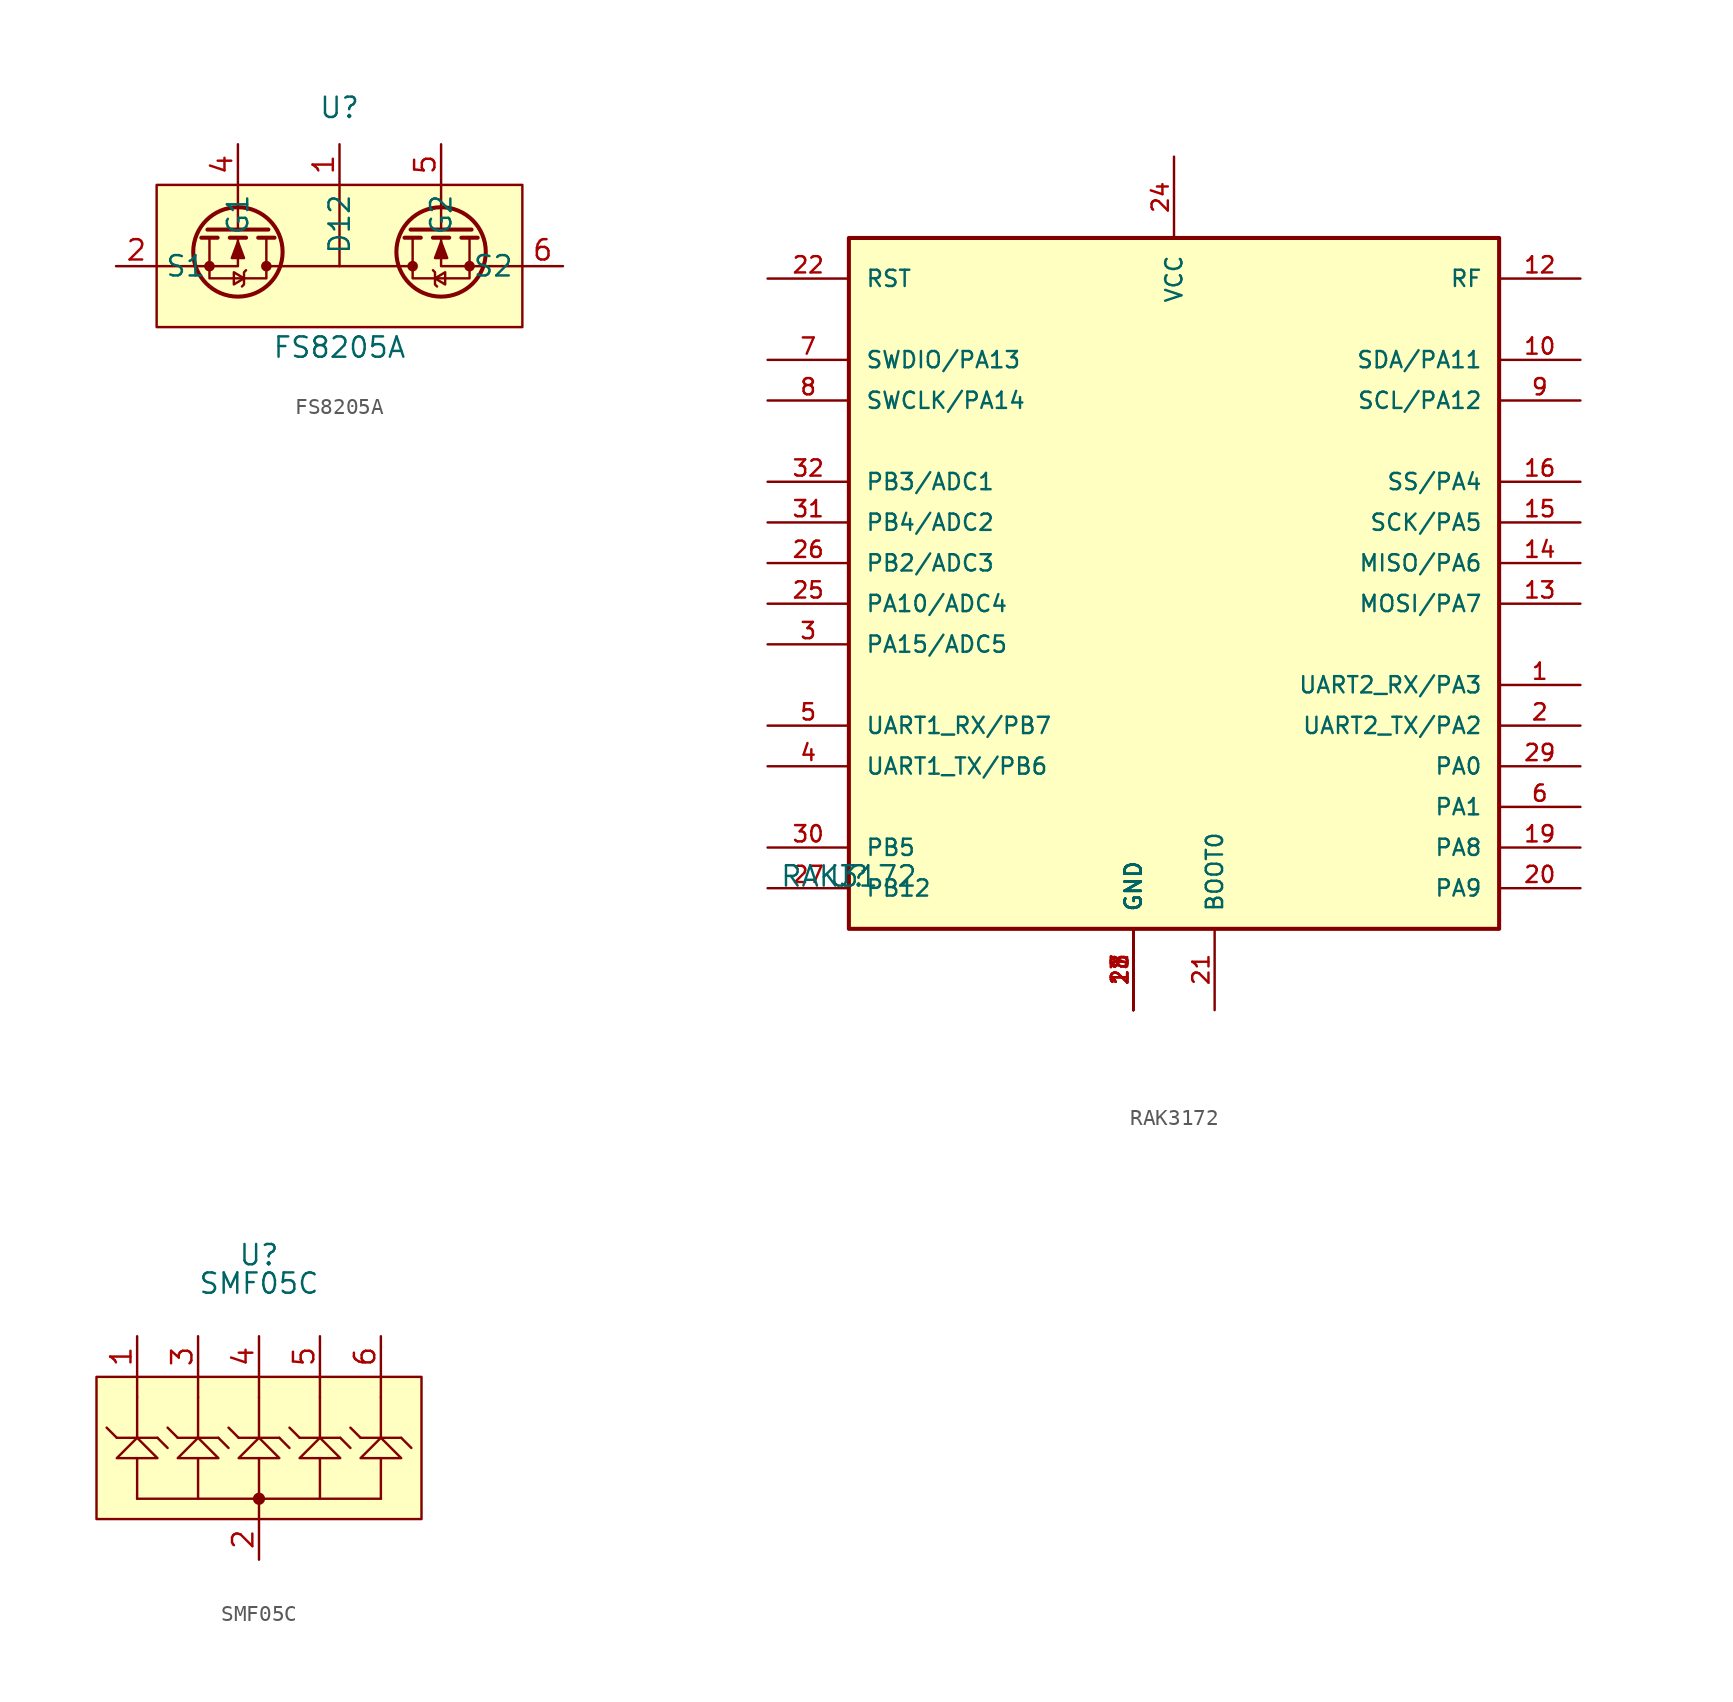
<source format=kicad_sym>
(kicad_symbol_lib
  (version 20231120)
  (generator "kicad_symbol_editor")
  (generator_version "8.0")
  (symbol "FS8205A"
    (property "Reference" "U"
      (at 0 9.906 0)
      (effects (font (size 1.27 1.27))))
    (property "Value" "FS8205A"
      (at 0 -5.08 0)
      (effects (font (size 1.27 1.27))))
    (symbol "FS8205A_0_1"
      (circle (center -8.128 0) (radius 0.254) (stroke (width 0) (type default)) (fill (type outline)))
      (circle (center -6.35 0.889) (radius 2.794) (stroke (width 0.254) (type default)) (fill (type none)))
      (circle (center -4.572 0) (radius 0.254) (stroke (width 0) (type default)) (fill (type outline)))
      (polyline (pts (xy -7.62 1.778) (xy -8.636 1.778)) (stroke (width 0.254) (type default)) (fill (type none)))
      (polyline (pts (xy -6.35 2.286) (xy -6.35 5.08)) (stroke (width 0) (type default)) (fill (type none)))
      (polyline (pts (xy -5.842 1.778) (xy -6.858 1.778)) (stroke (width 0.254) (type default)) (fill (type none)))
      (polyline (pts (xy -4.445 2.286) (xy -8.255 2.286)) (stroke (width 0.254) (type default)) (fill (type none)))
      (polyline (pts (xy -4.064 1.778) (xy -5.08 1.778)) (stroke (width 0.254) (type default)) (fill (type none)))
      (polyline (pts (xy -3.81 0) (xy -4.572 0)) (stroke (width 0) (type default)) (fill (type none)))
      (polyline (pts (xy 0 5.08) (xy 0 0)) (stroke (width 0) (type default)) (fill (type none)))
      (polyline (pts (xy 3.81 0) (xy -3.81 0)) (stroke (width 0) (type default)) (fill (type none)))
      (polyline (pts (xy 3.81 0) (xy 4.572 0)) (stroke (width 0) (type default)) (fill (type none)))
      (polyline (pts (xy 4.064 1.778) (xy 5.08 1.778)) (stroke (width 0.254) (type default)) (fill (type none)))
      (polyline (pts (xy 4.445 2.286) (xy 8.255 2.286)) (stroke (width 0.254) (type default)) (fill (type none)))
      (polyline (pts (xy 5.842 1.778) (xy 6.858 1.778)) (stroke (width 0.254) (type default)) (fill (type none)))
      (polyline (pts (xy 6.35 2.286) (xy 6.35 5.08)) (stroke (width 0) (type default)) (fill (type none)))
      (polyline (pts (xy 7.62 1.778) (xy 8.636 1.778)) (stroke (width 0.254) (type default)) (fill (type none)))
      (polyline (pts (xy -8.89 0) (xy -6.35 0) (xy -6.35 1.778)) (stroke (width 0) (type default)) (fill (type none)))
      (polyline (pts (xy 8.89 0) (xy 6.35 0) (xy 6.35 1.778)) (stroke (width 0) (type default)) (fill (type none)))
      (polyline (pts (xy -8.128 1.778) (xy -8.128 -0.762) (xy -4.572 -0.762) (xy -4.572 1.778)) (stroke (width 0) (type default)) (fill (type none)))
      (polyline (pts (xy -6.35 1.524) (xy -5.969 0.508) (xy -6.731 0.508) (xy -6.35 1.524)) (stroke (width 0) (type default)) (fill (type outline)))
      (polyline (pts (xy -5.969 -0.762) (xy -6.604 -0.381) (xy -6.604 -1.143) (xy -5.969 -0.762)) (stroke (width 0) (type default)) (fill (type none)))
      (polyline (pts (xy -5.842 -0.254) (xy -5.969 -0.381) (xy -5.969 -1.143) (xy -6.096 -1.27)) (stroke (width 0) (type default)) (fill (type none)))
      (polyline (pts (xy 5.842 -0.254) (xy 5.969 -0.381) (xy 5.969 -1.143) (xy 6.096 -1.27)) (stroke (width 0) (type default)) (fill (type none)))
      (polyline (pts (xy 5.969 -0.762) (xy 6.604 -0.381) (xy 6.604 -1.143) (xy 5.969 -0.762)) (stroke (width 0) (type default)) (fill (type none)))
      (polyline (pts (xy 6.35 1.524) (xy 5.969 0.508) (xy 6.731 0.508) (xy 6.35 1.524)) (stroke (width 0) (type default)) (fill (type outline)))
      (polyline (pts (xy 8.128 1.778) (xy 8.128 -0.762) (xy 4.572 -0.762) (xy 4.572 1.778)) (stroke (width 0) (type default)) (fill (type none)))
      (circle (center 4.572 0) (radius 0.254) (stroke (width 0) (type default)) (fill (type outline)))
      (circle (center 6.35 0.889) (radius 2.794) (stroke (width 0.254) (type default)) (fill (type none)))
      (circle (center 8.128 0) (radius 0.254) (stroke (width 0) (type default)) (fill (type outline))))
    (symbol "FS8205A_1_1"
      (rectangle (start -11.43 5.08) (end 11.43 -3.81) (stroke (width 0) (type default)) (fill (type background)))
      (polyline (pts (xy -11.43 0) (xy -8.89 0)) (stroke (width 0) (type default)) (fill (type none)))
      (polyline (pts (xy 11.43 0) (xy 8.89 0)) (stroke (width 0) (type default)) (fill (type none)))
      (pin passive line (at 0 7.62 270) (length 2.54) (name "D12" (effects (font (size 1.27 1.27)))) (number "1" (effects (font (size 1.27 1.27)))))
      (pin passive line (at -13.97 0 0) (length 2.54) (name "S1" (effects (font (size 1.27 1.27)))) (number "2" (effects (font (size 1.27 1.27)))))
      (pin passive line (at -13.97 0 0) (length 2.54) hide (name "S1" (effects (font (size 1.27 1.27)))) (number "3" (effects (font (size 1.27 1.27)))))
      (pin input line (at -6.35 7.62 270) (length 2.54) (name "G1" (effects (font (size 1.27 1.27)))) (number "4" (effects (font (size 1.27 1.27)))))
      (pin input line (at 6.35 7.62 270) (length 2.54) (name "G2" (effects (font (size 1.27 1.27)))) (number "5" (effects (font (size 1.27 1.27)))))
      (pin passive line (at 13.97 0 180) (length 2.54) (name "S2" (effects (font (size 1.27 1.27)))) (number "6" (effects (font (size 1.27 1.27)))))
      (pin passive line (at 13.97 0 180) (length 2.54) hide (name "S2" (effects (font (size 1.27 1.27)))) (number "7" (effects (font (size 1.27 1.27)))))
      (pin passive line (at 0 7.62 270) (length 2.54) hide (name "D12" (effects (font (size 1.27 1.27)))) (number "8" (effects (font (size 1.27 1.27)))))))
  (symbol "RAK3172"
    (pin_names
      (offset 1.016))
    (property "Reference" "U"
      (at 0 0 0)
      (effects (font (size 1.27 1.27)) (justify bottom)))
    (property "Value" "RAK3172"
      (at 0 0 0)
      (effects (font (size 1.27 1.27)) (justify bottom)))
    (symbol "RAK3172_0_0"
      (rectangle (start 0 -2.54) (end 40.64 40.64) (stroke (width 0.254) (type default)) (fill (type background)))
      (pin bidirectional line (at 45.72 12.7 180) (length 5.08) (name "UART2_RX/PA3" (effects (font (size 1.016 1.016)))) (number "1" (effects (font (size 1.016 1.016)))))
      (pin bidirectional line (at 45.72 33.02 180) (length 5.08) (name "SDA/PA11" (effects (font (size 1.016 1.016)))) (number "10" (effects (font (size 1.016 1.016)))))
      (pin power_in line (at 17.78 -7.62 90) (length 5.08) (name "GND" (effects (font (size 1.016 1.016)))) (number "11" (effects (font (size 1.016 1.016)))))
      (pin output line (at 45.72 38.1 180) (length 5.08) (name "RF" (effects (font (size 1.016 1.016)))) (number "12" (effects (font (size 1.016 1.016)))))
      (pin bidirectional line (at 45.72 17.78 180) (length 5.08) (name "MOSI/PA7" (effects (font (size 1.016 1.016)))) (number "13" (effects (font (size 1.016 1.016)))))
      (pin bidirectional line (at 45.72 20.32 180) (length 5.08) (name "MISO/PA6" (effects (font (size 1.016 1.016)))) (number "14" (effects (font (size 1.016 1.016)))))
      (pin bidirectional line (at 45.72 22.86 180) (length 5.08) (name "SCK/PA5" (effects (font (size 1.016 1.016)))) (number "15" (effects (font (size 1.016 1.016)))))
      (pin bidirectional line (at 45.72 25.4 180) (length 5.08) (name "SS/PA4" (effects (font (size 1.016 1.016)))) (number "16" (effects (font (size 1.016 1.016)))))
      (pin power_in line (at 17.78 -7.62 90) (length 5.08) (name "GND" (effects (font (size 1.016 1.016)))) (number "17" (effects (font (size 1.016 1.016)))))
      (pin power_in line (at 17.78 -7.62 90) (length 5.08) (name "GND" (effects (font (size 1.016 1.016)))) (number "18" (effects (font (size 1.016 1.016)))))
      (pin bidirectional line (at 45.72 2.54 180) (length 5.08) (name "PA8" (effects (font (size 1.016 1.016)))) (number "19" (effects (font (size 1.016 1.016)))))
      (pin bidirectional line (at 45.72 10.16 180) (length 5.08) (name "UART2_TX/PA2" (effects (font (size 1.016 1.016)))) (number "2" (effects (font (size 1.016 1.016)))))
      (pin bidirectional line (at 45.72 0 180) (length 5.08) (name "PA9" (effects (font (size 1.016 1.016)))) (number "20" (effects (font (size 1.016 1.016)))))
      (pin input line (at 22.86 -7.62 90) (length 5.08) (name "BOOT0" (effects (font (size 1.016 1.016)))) (number "21" (effects (font (size 1.016 1.016)))))
      (pin input line (at -5.08 38.1 0) (length 5.08) (name "RST" (effects (font (size 1.016 1.016)))) (number "22" (effects (font (size 1.016 1.016)))))
      (pin power_in line (at 17.78 -7.62 90) (length 5.08) (name "GND" (effects (font (size 1.016 1.016)))) (number "23" (effects (font (size 1.016 1.016)))))
      (pin power_in line (at 20.32 45.72 270) (length 5.08) (name "VCC" (effects (font (size 1.016 1.016)))) (number "24" (effects (font (size 1.016 1.016)))))
      (pin bidirectional line (at -5.08 17.78 0) (length 5.08) (name "PA10/ADC4" (effects (font (size 1.016 1.016)))) (number "25" (effects (font (size 1.016 1.016)))))
      (pin bidirectional line (at -5.08 20.32 0) (length 5.08) (name "PB2/ADC3" (effects (font (size 1.016 1.016)))) (number "26" (effects (font (size 1.016 1.016)))))
      (pin bidirectional line (at -5.08 0 0) (length 5.08) (name "PB12" (effects (font (size 1.016 1.016)))) (number "27" (effects (font (size 1.016 1.016)))))
      (pin power_in line (at 17.78 -7.62 90) (length 5.08) (name "GND" (effects (font (size 1.016 1.016)))) (number "28" (effects (font (size 1.016 1.016)))))
      (pin bidirectional line (at 45.72 7.62 180) (length 5.08) (name "PA0" (effects (font (size 1.016 1.016)))) (number "29" (effects (font (size 1.016 1.016)))))
      (pin bidirectional line (at -5.08 15.24 0) (length 5.08) (name "PA15/ADC5" (effects (font (size 1.016 1.016)))) (number "3" (effects (font (size 1.016 1.016)))))
      (pin bidirectional line (at -5.08 2.54 0) (length 5.08) (name "PB5" (effects (font (size 1.016 1.016)))) (number "30" (effects (font (size 1.016 1.016)))))
      (pin bidirectional line (at -5.08 22.86 0) (length 5.08) (name "PB4/ADC2" (effects (font (size 1.016 1.016)))) (number "31" (effects (font (size 1.016 1.016)))))
      (pin bidirectional line (at -5.08 25.4 0) (length 5.08) (name "PB3/ADC1" (effects (font (size 1.016 1.016)))) (number "32" (effects (font (size 1.016 1.016)))))
      (pin bidirectional line (at -5.08 7.62 0) (length 5.08) (name "UART1_TX/PB6" (effects (font (size 1.016 1.016)))) (number "4" (effects (font (size 1.016 1.016)))))
      (pin bidirectional line (at -5.08 10.16 0) (length 5.08) (name "UART1_RX/PB7" (effects (font (size 1.016 1.016)))) (number "5" (effects (font (size 1.016 1.016)))))
      (pin bidirectional line (at 45.72 5.08 180) (length 5.08) (name "PA1" (effects (font (size 1.016 1.016)))) (number "6" (effects (font (size 1.016 1.016)))))
      (pin bidirectional line (at -5.08 33.02 0) (length 5.08) (name "SWDIO/PA13" (effects (font (size 1.016 1.016)))) (number "7" (effects (font (size 1.016 1.016)))))
      (pin bidirectional line (at -5.08 30.48 0) (length 5.08) (name "SWCLK/PA14" (effects (font (size 1.016 1.016)))) (number "8" (effects (font (size 1.016 1.016)))))
      (pin bidirectional line (at 45.72 30.48 180) (length 5.08) (name "SCL/PA12" (effects (font (size 1.016 1.016)))) (number "9" (effects (font (size 1.016 1.016)))))))
  (symbol "SMF05C"
    (property "Reference" "U"
      (at 0 12.7 0)
      (effects (font (size 1.27 1.27))))
    (property "Value" "SMF05C"
      (at 0 10.922 0)
      (effects (font (size 1.27 1.27))))
    (symbol "SMF05C_0_1"
      (circle (center 0 -2.54) (radius 0.0001) (stroke (width 0) (type default)) (fill (type none)))
      (polyline (pts (xy -8.89 1.27) (xy -9.525 1.905)) (stroke (width 0) (type default)) (fill (type none)))
      (polyline (pts (xy -8.89 1.27) (xy -6.35 1.27)) (stroke (width 0) (type default)) (fill (type none)))
      (polyline (pts (xy -7.62 -2.54) (xy 7.62 -2.54)) (stroke (width 0) (type default)) (fill (type none)))
      (polyline (pts (xy -7.62 0) (xy -7.62 -2.54)) (stroke (width 0) (type default)) (fill (type none)))
      (polyline (pts (xy -7.62 1.27) (xy -7.62 3.81)) (stroke (width 0) (type default)) (fill (type none)))
      (polyline (pts (xy -7.62 3.81) (xy -7.62 5.08)) (stroke (width 0) (type default)) (fill (type none)))
      (polyline (pts (xy -6.35 1.27) (xy -5.715 0.635)) (stroke (width 0) (type default)) (fill (type none)))
      (polyline (pts (xy -5.08 1.27) (xy -5.715 1.905)) (stroke (width 0) (type default)) (fill (type none)))
      (polyline (pts (xy -5.08 1.27) (xy -2.54 1.27)) (stroke (width 0) (type default)) (fill (type none)))
      (polyline (pts (xy -3.81 0) (xy -3.81 -2.54)) (stroke (width 0) (type default)) (fill (type none)))
      (polyline (pts (xy -3.81 1.27) (xy -3.81 3.81)) (stroke (width 0) (type default)) (fill (type none)))
      (polyline (pts (xy -3.81 3.81) (xy -3.81 5.08)) (stroke (width 0) (type default)) (fill (type none)))
      (polyline (pts (xy -2.54 1.27) (xy -1.905 0.635)) (stroke (width 0) (type default)) (fill (type none)))
      (polyline (pts (xy -1.27 1.27) (xy -1.905 1.905)) (stroke (width 0) (type default)) (fill (type none)))
      (polyline (pts (xy -1.27 1.27) (xy 1.27 1.27)) (stroke (width 0) (type default)) (fill (type none)))
      (polyline (pts (xy 0 -2.54) (xy 0 -3.81)) (stroke (width 0) (type default)) (fill (type none)))
      (polyline (pts (xy 0 0) (xy 0 -2.54)) (stroke (width 0) (type default)) (fill (type none)))
      (polyline (pts (xy 0 1.27) (xy 0 3.81)) (stroke (width 0) (type default)) (fill (type none)))
      (polyline (pts (xy 0 3.81) (xy 0 5.08)) (stroke (width 0) (type default)) (fill (type none)))
      (polyline (pts (xy 1.27 1.27) (xy 1.905 0.635)) (stroke (width 0) (type default)) (fill (type none)))
      (polyline (pts (xy 2.54 1.27) (xy 1.905 1.905)) (stroke (width 0) (type default)) (fill (type none)))
      (polyline (pts (xy 2.54 1.27) (xy 5.08 1.27)) (stroke (width 0) (type default)) (fill (type none)))
      (polyline (pts (xy 3.81 0) (xy 3.81 -2.54)) (stroke (width 0) (type default)) (fill (type none)))
      (polyline (pts (xy 3.81 1.27) (xy 3.81 3.81)) (stroke (width 0) (type default)) (fill (type none)))
      (polyline (pts (xy 3.81 3.81) (xy 3.81 5.08)) (stroke (width 0) (type default)) (fill (type none)))
      (polyline (pts (xy 5.08 1.27) (xy 5.715 0.635)) (stroke (width 0) (type default)) (fill (type none)))
      (polyline (pts (xy 6.35 1.27) (xy 5.715 1.905)) (stroke (width 0) (type default)) (fill (type none)))
      (polyline (pts (xy 6.35 1.27) (xy 8.89 1.27)) (stroke (width 0) (type default)) (fill (type none)))
      (polyline (pts (xy 7.62 0) (xy 7.62 -2.54)) (stroke (width 0) (type default)) (fill (type none)))
      (polyline (pts (xy 7.62 1.27) (xy 7.62 3.81)) (stroke (width 0) (type default)) (fill (type none)))
      (polyline (pts (xy 7.62 3.81) (xy 7.62 5.08)) (stroke (width 0) (type default)) (fill (type none)))
      (polyline (pts (xy 8.89 1.27) (xy 9.525 0.635)) (stroke (width 0) (type default)) (fill (type none)))
      (polyline (pts (xy -7.62 1.27) (xy -8.89 0) (xy -6.35 0) (xy -7.62 1.27)) (stroke (width 0) (type default)) (fill (type none)))
      (polyline (pts (xy -3.81 1.27) (xy -5.08 0) (xy -2.54 0) (xy -3.81 1.27)) (stroke (width 0) (type default)) (fill (type none)))
      (polyline (pts (xy 0 1.27) (xy -1.27 0) (xy 1.27 0) (xy 0 1.27)) (stroke (width 0) (type default)) (fill (type none)))
      (polyline (pts (xy 3.81 1.27) (xy 2.54 0) (xy 5.08 0) (xy 3.81 1.27)) (stroke (width 0) (type default)) (fill (type none)))
      (polyline (pts (xy 7.62 1.27) (xy 6.35 0) (xy 8.89 0) (xy 7.62 1.27)) (stroke (width 0) (type default)) (fill (type none))))
    (symbol "SMF05C_1_1"
      (rectangle (start -10.16 5.08) (end 10.16 -3.81) (stroke (width 0) (type default)) (fill (type background)))
      (circle (center 0 -2.54) (radius 0.254) (stroke (width 0.254) (type default)) (fill (type none)))
      (pin input line (at -7.62 7.62 270) (length 2.54) (name "" (effects (font (size 1.27 1.27)))) (number "1" (effects (font (size 1.27 1.27)))))
      (pin input line (at 0 -6.35 90) (length 2.54) (name "" (effects (font (size 1.27 1.27)))) (number "2" (effects (font (size 1.27 1.27)))))
      (pin input line (at -3.81 7.62 270) (length 2.54) (name "" (effects (font (size 1.27 1.27)))) (number "3" (effects (font (size 1.27 1.27)))))
      (pin input line (at 0 7.62 270) (length 2.54) (name "" (effects (font (size 1.27 1.27)))) (number "4" (effects (font (size 1.27 1.27)))))
      (pin input line (at 3.81 7.62 270) (length 2.54) (name "" (effects (font (size 1.27 1.27)))) (number "5" (effects (font (size 1.27 1.27)))))
      (pin input line (at 7.62 7.62 270) (length 2.54) (name "" (effects (font (size 1.27 1.27)))) (number "6" (effects (font (size 1.27 1.27))))))))
</source>
